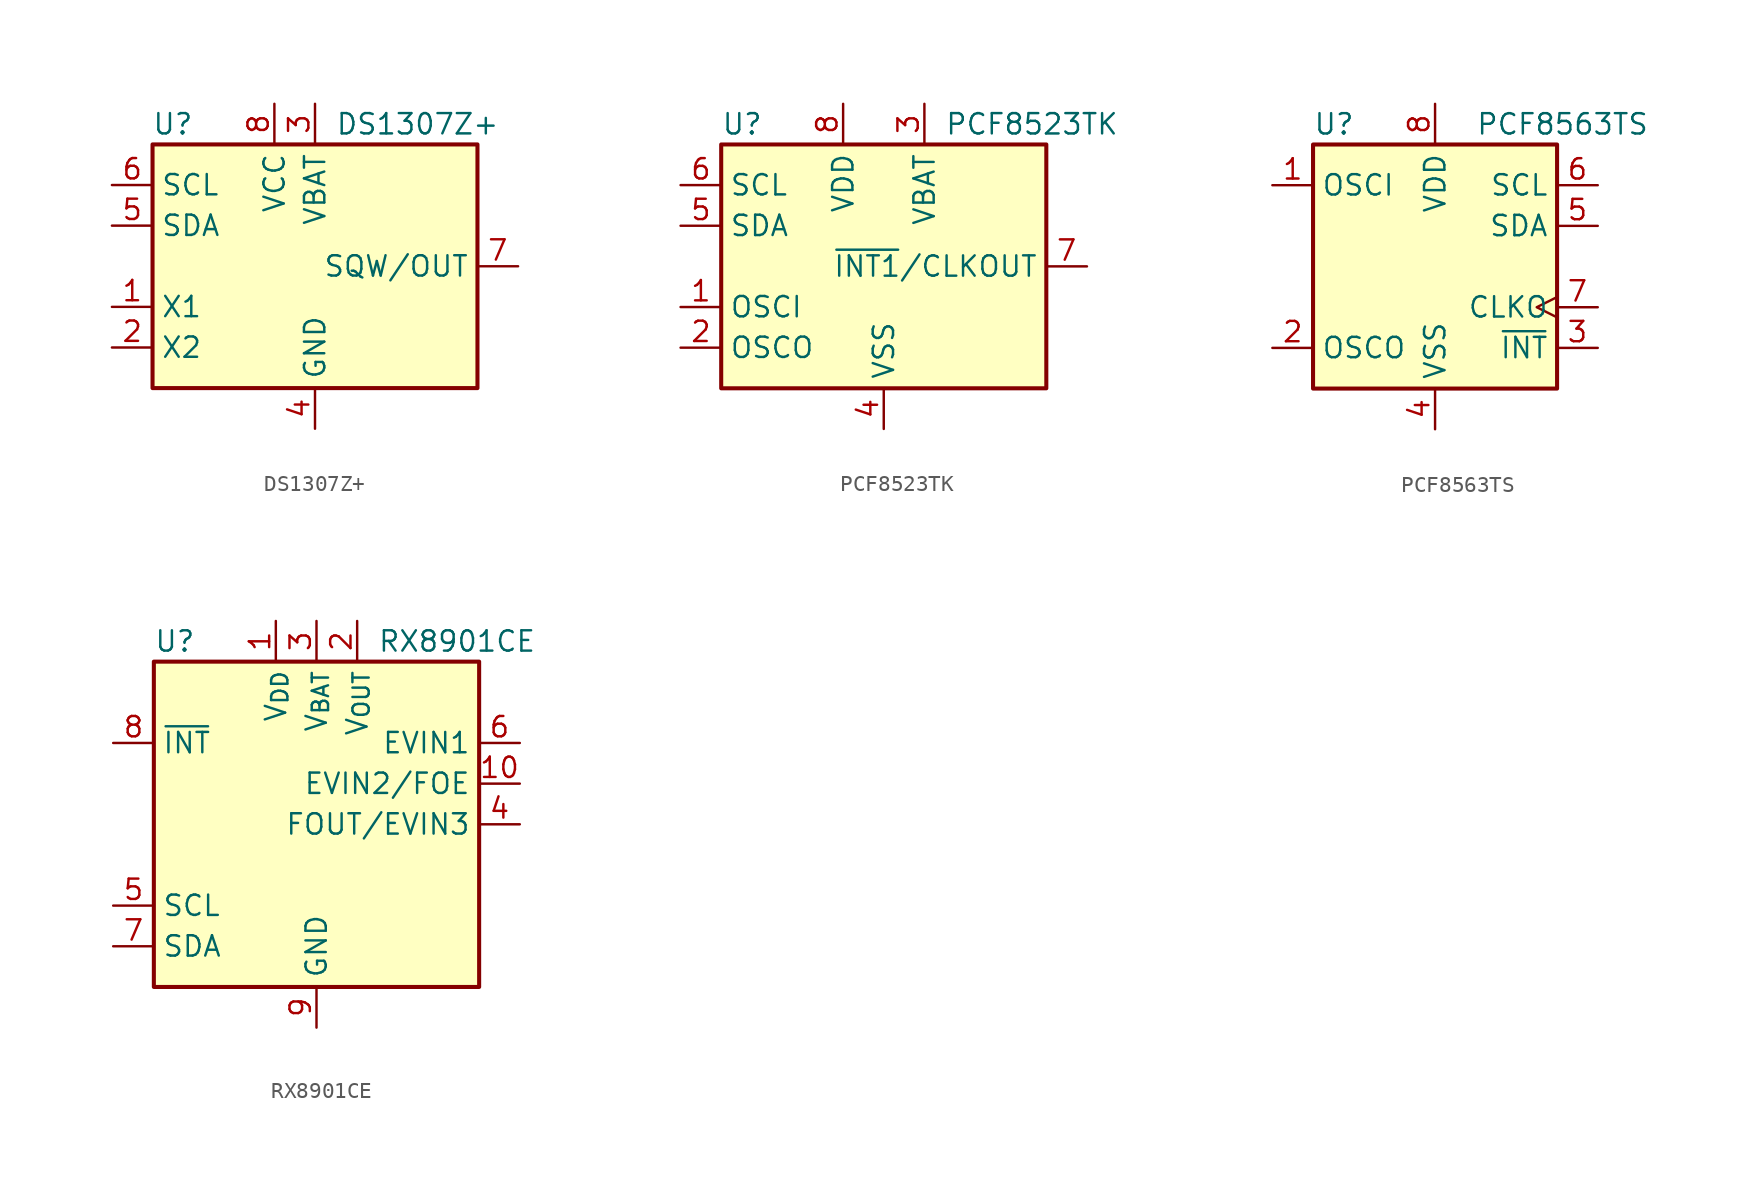
<source format=kicad_sym>
(kicad_symbol_lib
  (version 20241209)
  (generator "kicad_symbol_editor")
  (generator_version "9.0")
  (symbol "DS1307Z+"
    (property "Reference" "U"
      (at -8.89 8.89 0)
      (effects (font (size 1.27 1.27))))
    (property "Value" "DS1307Z+"
      (at 1.27 8.89 0)
      (effects (font (size 1.27 1.27)) (justify left)))
    (symbol "DS1307Z+_0_1"
      (rectangle (start -10.16 7.62) (end 10.16 -7.62) (stroke (width 0.254) (type default)) (fill (type background))))
    (symbol "DS1307Z+_1_1"
      (pin input line (at -12.7 5.08 0) (length 2.54) (name "SCL" (effects (font (size 1.27 1.27)))) (number "6" (effects (font (size 1.27 1.27)))))
      (pin bidirectional line (at -12.7 2.54 0) (length 2.54) (name "SDA" (effects (font (size 1.27 1.27)))) (number "5" (effects (font (size 1.27 1.27)))))
      (pin input line (at -12.7 -2.54 0) (length 2.54) (name "X1" (effects (font (size 1.27 1.27)))) (number "1" (effects (font (size 1.27 1.27)))))
      (pin input line (at -12.7 -5.08 0) (length 2.54) (name "X2" (effects (font (size 1.27 1.27)))) (number "2" (effects (font (size 1.27 1.27)))))
      (pin power_in line (at -2.54 10.16 270) (length 2.54) (name "VCC" (effects (font (size 1.27 1.27)))) (number "8" (effects (font (size 1.27 1.27)))))
      (pin power_in line (at 0 10.16 270) (length 2.54) (name "VBAT" (effects (font (size 1.27 1.27)))) (number "3" (effects (font (size 1.27 1.27)))))
      (pin power_in line (at 0 -10.16 90) (length 2.54) (name "GND" (effects (font (size 1.27 1.27)))) (number "4" (effects (font (size 1.27 1.27)))))
      (pin open_collector line (at 12.7 0 180) (length 2.54) (name "SQW/OUT" (effects (font (size 1.27 1.27)))) (number "7" (effects (font (size 1.27 1.27)))))))
  (symbol "PCF8523TK"
    (property "Reference" "U"
      (at -10.16 8.89 0)
      (effects (font (size 1.27 1.27)) (justify left)))
    (property "Value" "PCF8523TK"
      (at 3.81 8.89 0)
      (effects (font (size 1.27 1.27)) (justify left)))
    (symbol "PCF8523TK_0_1"
      (rectangle (start -10.16 7.62) (end 10.16 -7.62) (stroke (width 0.254) (type default)) (fill (type background))))
    (symbol "PCF8523TK_1_1"
      (pin input line (at -12.7 5.08 0) (length 2.54) (name "SCL" (effects (font (size 1.27 1.27)))) (number "6" (effects (font (size 1.27 1.27)))))
      (pin bidirectional line (at -12.7 2.54 0) (length 2.54) (name "SDA" (effects (font (size 1.27 1.27)))) (number "5" (effects (font (size 1.27 1.27)))))
      (pin input line (at -12.7 -2.54 0) (length 2.54) (name "OSCI" (effects (font (size 1.27 1.27)))) (number "1" (effects (font (size 1.27 1.27)))))
      (pin output line (at -12.7 -5.08 0) (length 2.54) (name "OSCO" (effects (font (size 1.27 1.27)))) (number "2" (effects (font (size 1.27 1.27)))))
      (pin power_in line (at -2.54 10.16 270) (length 2.54) (name "VDD" (effects (font (size 1.27 1.27)))) (number "8" (effects (font (size 1.27 1.27)))))
      (pin power_in line (at 0 -10.16 90) (length 2.54) (name "VSS" (effects (font (size 1.27 1.27)))) (number "4" (effects (font (size 1.27 1.27)))))
      (pin passive line (at 0 -10.16 90) (length 2.54) (hide yes) (name "VSS" (effects (font (size 1.27 1.27)))) (number "9" (effects (font (size 1.27 1.27)))))
      (pin power_in line (at 2.54 10.16 270) (length 2.54) (name "VBAT" (effects (font (size 1.27 1.27)))) (number "3" (effects (font (size 1.27 1.27)))))
      (pin open_collector line (at 12.7 0 180) (length 2.54) (name "~{INT1}/CLKOUT" (effects (font (size 1.27 1.27)))) (number "7" (effects (font (size 1.27 1.27)))))))
  (symbol "PCF8563TS"
    (property "Reference" "U"
      (at -7.62 8.89 0)
      (effects (font (size 1.27 1.27)) (justify left)))
    (property "Value" "PCF8563TS"
      (at 2.54 8.89 0)
      (effects (font (size 1.27 1.27)) (justify left)))
    (symbol "PCF8563TS_0_1"
      (rectangle (start -7.62 7.62) (end 7.62 -7.62) (stroke (width 0.254) (type default)) (fill (type background))))
    (symbol "PCF8563TS_1_1"
      (pin input line (at -10.16 5.08 0) (length 2.54) (name "OSCI" (effects (font (size 1.27 1.27)))) (number "1" (effects (font (size 1.27 1.27)))))
      (pin output line (at -10.16 -5.08 0) (length 2.54) (name "OSCO" (effects (font (size 1.27 1.27)))) (number "2" (effects (font (size 1.27 1.27)))))
      (pin power_in line (at 0 10.16 270) (length 2.54) (name "VDD" (effects (font (size 1.27 1.27)))) (number "8" (effects (font (size 1.27 1.27)))))
      (pin power_in line (at 0 -10.16 90) (length 2.54) (name "VSS" (effects (font (size 1.27 1.27)))) (number "4" (effects (font (size 1.27 1.27)))))
      (pin input line (at 10.16 5.08 180) (length 2.54) (name "SCL" (effects (font (size 1.27 1.27)))) (number "6" (effects (font (size 1.27 1.27)))))
      (pin bidirectional line (at 10.16 2.54 180) (length 2.54) (name "SDA" (effects (font (size 1.27 1.27)))) (number "5" (effects (font (size 1.27 1.27)))))
      (pin output clock (at 10.16 -2.54 180) (length 2.54) (name "CLKO" (effects (font (size 1.27 1.27)))) (number "7" (effects (font (size 1.27 1.27)))))
      (pin output line (at 10.16 -5.08 180) (length 2.54) (name "~{INT}" (effects (font (size 1.27 1.27)))) (number "3" (effects (font (size 1.27 1.27)))))))
  (symbol "RX8901CE"
    (property "Reference" "U"
      (at -10.16 11.43 0)
      (effects (font (size 1.27 1.27)) (justify left)))
    (property "Value" "RX8901CE"
      (at 3.81 11.43 0)
      (effects (font (size 1.27 1.27)) (justify left)))
    (symbol "RX8901CE_0_1"
      (rectangle (start -10.16 10.16) (end 10.16 -10.16) (stroke (width 0.254) (type default)) (fill (type background))))
    (symbol "RX8901CE_1_1"
      (pin open_collector line (at -12.7 5.08 0) (length 2.54) (name "~{INT}" (effects (font (size 1.27 1.27)))) (number "8" (effects (font (size 1.27 1.27)))))
      (pin input line (at -12.7 -5.08 0) (length 2.54) (name "SCL" (effects (font (size 1.27 1.27)))) (number "5" (effects (font (size 1.27 1.27)))))
      (pin bidirectional line (at -12.7 -7.62 0) (length 2.54) (name "SDA" (effects (font (size 1.27 1.27)))) (number "7" (effects (font (size 1.27 1.27)))))
      (pin power_in line (at -2.54 12.7 270) (length 2.54) (name "V_{DD}" (effects (font (size 1.27 1.27)))) (number "1" (effects (font (size 1.27 1.27)))))
      (pin power_in line (at 0 12.7 270) (length 2.54) (name "V_{BAT}" (effects (font (size 1.27 1.27)))) (number "3" (effects (font (size 1.27 1.27)))))
      (pin power_in line (at 0 -12.7 90) (length 2.54) (name "GND" (effects (font (size 1.27 1.27)))) (number "9" (effects (font (size 1.27 1.27)))))
      (pin power_out line (at 2.54 12.7 270) (length 2.54) (name "V_{OUT}" (effects (font (size 1.27 1.27)))) (number "2" (effects (font (size 1.27 1.27)))))
      (pin passive line (at 12.7 5.08 180) (length 2.54) (name "EVIN1" (effects (font (size 1.27 1.27)))) (number "6" (effects (font (size 1.27 1.27)))))
      (pin bidirectional line (at 12.7 2.54 180) (length 2.54) (name "EVIN2/FOE" (effects (font (size 1.27 1.27)))) (number "10" (effects (font (size 1.27 1.27)))))
      (pin bidirectional line (at 12.7 0 180) (length 2.54) (name "FOUT/EVIN3" (effects (font (size 1.27 1.27)))) (number "4" (effects (font (size 1.27 1.27))))))))
</source>
